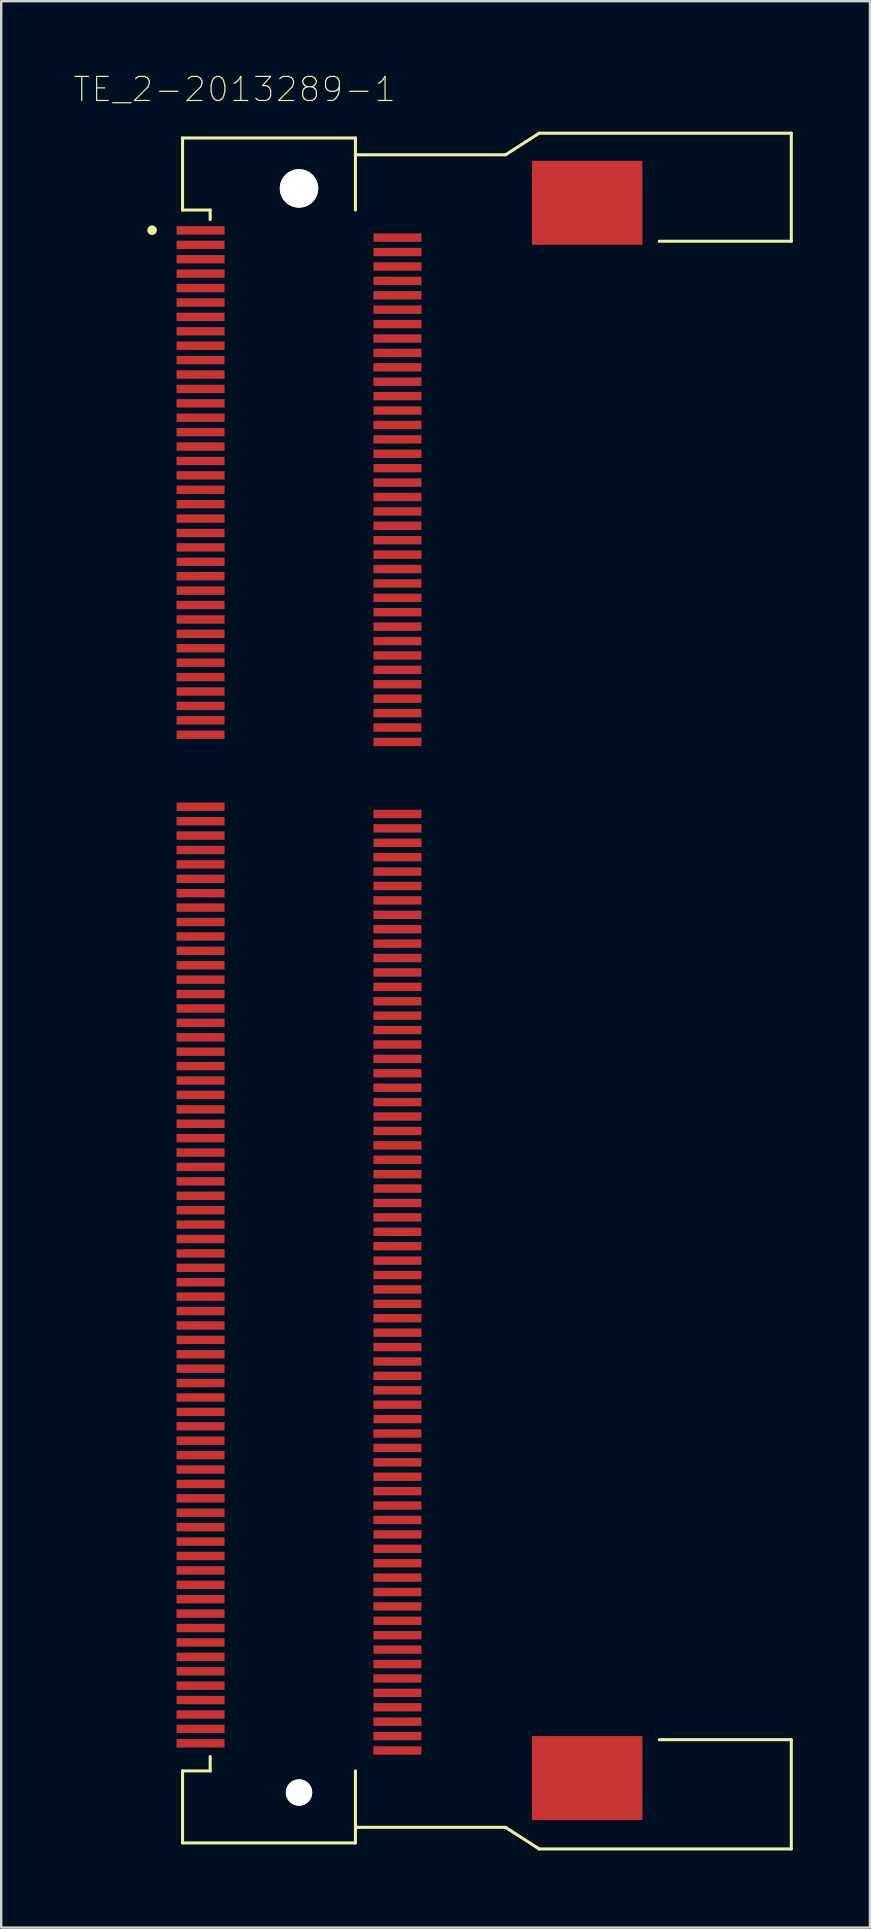
<source format=kicad_pcb>
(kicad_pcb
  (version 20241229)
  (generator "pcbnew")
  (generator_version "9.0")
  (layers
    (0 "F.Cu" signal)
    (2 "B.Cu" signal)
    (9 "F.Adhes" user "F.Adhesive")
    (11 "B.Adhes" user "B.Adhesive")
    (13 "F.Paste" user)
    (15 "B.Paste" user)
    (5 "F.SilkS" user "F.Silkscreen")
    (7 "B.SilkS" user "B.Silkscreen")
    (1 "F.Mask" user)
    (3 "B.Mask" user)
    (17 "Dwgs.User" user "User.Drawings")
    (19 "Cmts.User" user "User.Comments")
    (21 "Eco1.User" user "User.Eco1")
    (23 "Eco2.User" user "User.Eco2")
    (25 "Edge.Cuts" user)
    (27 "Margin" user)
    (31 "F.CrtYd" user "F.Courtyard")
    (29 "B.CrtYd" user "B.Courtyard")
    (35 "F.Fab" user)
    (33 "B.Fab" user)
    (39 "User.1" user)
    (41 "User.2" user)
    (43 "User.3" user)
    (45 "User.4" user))
  (footprint "TE_2-2013289-1"
    (layer "F.Cu")
    (at 9.402 38.196)
    (property "Reference" "TE_2-2013289-1" (at -2.684 -37.523 0) (layer "F.SilkS") (effects (font (size 1.001 1.001) (thickness 0.05))))
    (attr smd)
    (fp_line (start -4.85 -35.5) (end -4.85 -32.5) (stroke (width 0.127) (type solid)) (layer "F.SilkS"))
    (fp_line (start -4.85 -32.5) (end -3.7 -32.5) (stroke (width 0.127) (type solid)) (layer "F.SilkS"))
    (fp_line (start -4.85 32.5) (end -4.85 35.5) (stroke (width 0.127) (type solid)) (layer "F.SilkS"))
    (fp_line (start -4.85 35.5) (end 2.35 35.5) (stroke (width 0.127) (type solid)) (layer "F.SilkS"))
    (fp_line (start -3.7 -32.5) (end -3.7 -32.1) (stroke (width 0.127) (type solid)) (layer "F.SilkS"))
    (fp_line (start -3.7 31.9) (end -3.7 32.5) (stroke (width 0.127) (type solid)) (layer "F.SilkS"))
    (fp_line (start -3.7 32.5) (end -4.85 32.5) (stroke (width 0.127) (type solid)) (layer "F.SilkS"))
    (fp_line (start 2.35 -35.5) (end -4.85 -35.5) (stroke (width 0.127) (type solid)) (layer "F.SilkS"))
    (fp_line (start 2.35 -32.5) (end 2.35 -35.5) (stroke (width 0.127) (type solid)) (layer "F.SilkS"))
    (fp_line (start 2.35 35.5) (end 2.35 32.5) (stroke (width 0.127) (type solid)) (layer "F.SilkS"))
    (fp_line (start 2.4 -34.8) (end 8.6 -34.8) (stroke (width 0.127) (type solid)) (layer "F.SilkS"))
    (fp_line (start 2.4 34.85) (end 8.6 34.85) (stroke (width 0.127) (type solid)) (layer "F.SilkS"))
    (fp_line (start 8.6 -34.8) (end 10 -35.7) (stroke (width 0.127) (type solid)) (layer "F.SilkS"))
    (fp_line (start 8.6 34.85) (end 10 35.75) (stroke (width 0.127) (type solid)) (layer "F.SilkS"))
    (fp_line (start 10 -35.7) (end 20.5 -35.7) (stroke (width 0.127) (type solid)) (layer "F.SilkS"))
    (fp_line (start 10 35.75) (end 20.5 35.75) (stroke (width 0.127) (type solid)) (layer "F.SilkS"))
    (fp_line (start 20.5 -35.7) (end 20.5 -31.2) (stroke (width 0.127) (type solid)) (layer "F.SilkS"))
    (fp_line (start 20.5 -31.2) (end 15 -31.2) (stroke (width 0.127) (type solid)) (layer "F.SilkS"))
    (fp_line (start 20.5 31.2) (end 15 31.2) (stroke (width 0.127) (type solid)) (layer "F.SilkS"))
    (fp_line (start 20.5 35.75) (end 20.5 31.2) (stroke (width 0.127) (type solid)) (layer "F.SilkS"))
    (fp_circle (center -6.119 -31.66) (end -6.019 -31.66) (stroke (width 0.2) (type solid)) (fill no) (layer "F.SilkS"))
    (fp_line (start -5.35 -35.95) (end -5.35 -35.951) (stroke (width 0.05) (type solid)) (layer "Eco1.User"))
    (fp_line (start -5.35 -35.95) (end 20.75 -35.95) (stroke (width 0.05) (type solid)) (layer "Eco1.User"))
    (fp_line (start -5.35 36) (end -5.35 -35.95) (stroke (width 0.05) (type solid)) (layer "Eco1.User"))
    (fp_line (start 5.35 -30.8) (end 5.35 30.8) (stroke (width 0.05) (type solid)) (layer "Eco1.User"))
    (fp_line (start 5.35 30.8) (end 20.75 30.8) (stroke (width 0.05) (type solid)) (layer "Eco1.User"))
    (fp_line (start 20.75 -35.95) (end 20.75 -30.8) (stroke (width 0.05) (type solid)) (layer "Eco1.User"))
    (fp_line (start 20.75 -30.8) (end 5.35 -30.8) (stroke (width 0.05) (type solid)) (layer "Eco1.User"))
    (fp_line (start 20.75 30.8) (end 20.75 36) (stroke (width 0.05) (type solid)) (layer "Eco1.User"))
    (fp_line (start 20.75 36) (end -5.35 36) (stroke (width 0.05) (type solid)) (layer "Eco1.User"))
    (fp_line (start -4.85 -35.5) (end -4.85 -32.5) (stroke (width 0.127) (type solid)) (layer "Eco2.User"))
    (fp_line (start -4.85 -32.5) (end -3.7 -32.5) (stroke (width 0.127) (type solid)) (layer "Eco2.User"))
    (fp_line (start -4.85 32.5) (end -4.85 35.5) (stroke (width 0.127) (type solid)) (layer "Eco2.User"))
    (fp_line (start -4.85 35.5) (end 2.35 35.5) (stroke (width 0.127) (type solid)) (layer "Eco2.User"))
    (fp_line (start -3.7 -32.5) (end -3.7 32.5) (stroke (width 0.127) (type solid)) (layer "Eco2.User"))
    (fp_line (start -3.7 32.5) (end -4.85 32.5) (stroke (width 0.127) (type solid)) (layer "Eco2.User"))
    (fp_line (start 2.35 -35.5) (end -4.85 -35.5) (stroke (width 0.127) (type solid)) (layer "Eco2.User"))
    (fp_line (start 2.35 -32.5) (end 2.35 -35.5) (stroke (width 0.127) (type solid)) (layer "Eco2.User"))
    (fp_line (start 2.35 -32.5) (end 3.7 -32.5) (stroke (width 0.127) (type solid)) (layer "Eco2.User"))
    (fp_line (start 2.35 32.5) (end 2.35 -32.5) (stroke (width 0.127) (type solid)) (layer "Eco2.User"))
    (fp_line (start 2.35 33.95) (end 2.35 32.5) (stroke (width 0.127) (type solid)) (layer "Eco2.User"))
    (fp_line (start 2.35 33.95) (end 7.43 33.95) (stroke (width 0.127) (type solid)) (layer "Eco2.User"))
    (fp_line (start 2.35 34.85) (end 2.35 33.95) (stroke (width 0.127) (type solid)) (layer "Eco2.User"))
    (fp_line (start 2.35 34.85) (end 7.43 34.85) (stroke (width 0.127) (type solid)) (layer "Eco2.User"))
    (fp_line (start 2.35 35.5) (end 2.35 34.85) (stroke (width 0.127) (type solid)) (layer "Eco2.User"))
    (fp_line (start 2.385 -34.801) (end 7.465 -34.801) (stroke (width 0.127) (type solid)) (layer "Eco2.User"))
    (fp_line (start 2.385 -33.901) (end 7.465 -33.901) (stroke (width 0.127) (type solid)) (layer "Eco2.User"))
    (fp_line (start 3.7 -32.5) (end 3.7 32.5) (stroke (width 0.127) (type solid)) (layer "Eco2.User"))
    (fp_line (start 3.7 32.5) (end 2.35 32.5) (stroke (width 0.127) (type solid)) (layer "Eco2.User"))
    (fp_line (start 7.42 33.971) (end 13.5 33.971) (stroke (width 0.127) (type solid)) (layer "Eco2.User"))
    (fp_line (start 7.43 34.402) (end 7.43 33.95) (stroke (width 0.127) (type solid)) (layer "Eco2.User"))
    (fp_line (start 7.43 34.402) (end 8.6 34.402) (stroke (width 0.127) (type solid)) (layer "Eco2.User"))
    (fp_line (start 7.43 34.85) (end 7.43 34.402) (stroke (width 0.127) (type solid)) (layer "Eco2.User"))
    (fp_line (start 7.43 34.85) (end 8.6 34.85) (stroke (width 0.127) (type solid)) (layer "Eco2.User"))
    (fp_line (start 7.455 -33.922) (end 13.535 -33.922) (stroke (width 0.127) (type solid)) (layer "Eco2.User"))
    (fp_line (start 7.465 -34.801) (end 7.465 -34.353) (stroke (width 0.127) (type solid)) (layer "Eco2.User"))
    (fp_line (start 7.465 -34.801) (end 8.635 -34.801) (stroke (width 0.127) (type solid)) (layer "Eco2.User"))
    (fp_line (start 7.465 -34.353) (end 7.465 -33.901) (stroke (width 0.127) (type solid)) (layer "Eco2.User"))
    (fp_line (start 7.465 -34.353) (end 8.635 -34.353) (stroke (width 0.127) (type solid)) (layer "Eco2.User"))
    (fp_line (start 8.6 34.4) (end 13.4 34.4) (stroke (width 0.127) (type solid)) (layer "Eco2.User"))
    (fp_line (start 8.6 34.85) (end 10 35.75) (stroke (width 0.127) (type solid)) (layer "Eco2.User"))
    (fp_line (start 8.625 34.418) (end 10.025 35.318) (stroke (width 0.127) (type solid)) (layer "Eco2.User"))
    (fp_line (start 8.635 -34.801) (end 10.035 -35.701) (stroke (width 0.127) (type solid)) (layer "Eco2.User"))
    (fp_line (start 8.635 -34.351) (end 13.435 -34.351) (stroke (width 0.127) (type solid)) (layer "Eco2.User"))
    (fp_line (start 8.66 -34.369) (end 10.06 -35.269) (stroke (width 0.127) (type solid)) (layer "Eco2.User"))
    (fp_line (start 10 35.75) (end 16.6 35.75) (stroke (width 0.127) (type solid)) (layer "Eco2.User"))
    (fp_line (start 10.025 35.318) (end 16.6 35.318) (stroke (width 0.127) (type solid)) (layer "Eco2.User"))
    (fp_line (start 10.035 -35.701) (end 16.635 -35.701) (stroke (width 0.127) (type solid)) (layer "Eco2.User"))
    (fp_line (start 10.06 -35.269) (end 16.635 -35.269) (stroke (width 0.127) (type solid)) (layer "Eco2.User"))
    (fp_line (start 10.16 31.65) (end 13.97 31.65) (stroke (width 0.127) (type solid)) (layer "Eco2.User"))
    (fp_line (start 10.16 35.267) (end 10.16 31.65) (stroke (width 0.127) (type solid)) (layer "Eco2.User"))
    (fp_line (start 10.195 -35.218) (end 10.195 -31.601) (stroke (width 0.127) (type solid)) (layer "Eco2.User"))
    (fp_line (start 10.195 -31.601) (end 14.005 -31.601) (stroke (width 0.127) (type solid)) (layer "Eco2.User"))
    (fp_line (start 10.795 33.02) (end 11.43 32.385) (stroke (width 0.127) (type solid)) (layer "Eco2.User"))
    (fp_line (start 10.795 34.925) (end 10.795 33.02) (stroke (width 0.127) (type solid)) (layer "Eco2.User"))
    (fp_line (start 10.83 -34.876) (end 10.83 -32.971) (stroke (width 0.127) (type solid)) (layer "Eco2.User"))
    (fp_line (start 10.83 -32.971) (end 11.465 -32.336) (stroke (width 0.127) (type solid)) (layer "Eco2.User"))
    (fp_line (start 11.43 32.385) (end 12.7 32.385) (stroke (width 0.127) (type solid)) (layer "Eco2.User"))
    (fp_line (start 11.43 33.02) (end 11.43 34.925) (stroke (width 0.127) (type solid)) (layer "Eco2.User"))
    (fp_line (start 11.43 34.925) (end 10.795 34.925) (stroke (width 0.127) (type solid)) (layer "Eco2.User"))
    (fp_line (start 11.465 -34.876) (end 10.83 -34.876) (stroke (width 0.127) (type solid)) (layer "Eco2.User"))
    (fp_line (start 11.465 -32.971) (end 11.465 -34.876) (stroke (width 0.127) (type solid)) (layer "Eco2.User"))
    (fp_line (start 11.465 -32.336) (end 12.735 -32.336) (stroke (width 0.127) (type solid)) (layer "Eco2.User"))
    (fp_line (start 12.7 32.385) (end 13.335 33.02) (stroke (width 0.127) (type solid)) (layer "Eco2.User"))
    (fp_line (start 12.7 33.02) (end 11.43 33.02) (stroke (width 0.127) (type solid)) (layer "Eco2.User"))
    (fp_line (start 12.7 34.925) (end 12.7 33.02) (stroke (width 0.127) (type solid)) (layer "Eco2.User"))
    (fp_line (start 12.735 -34.876) (end 12.735 -32.971) (stroke (width 0.127) (type solid)) (layer "Eco2.User"))
    (fp_line (start 12.735 -32.971) (end 11.465 -32.971) (stroke (width 0.127) (type solid)) (layer "Eco2.User"))
    (fp_line (start 12.735 -32.336) (end 13.37 -32.971) (stroke (width 0.127) (type solid)) (layer "Eco2.User"))
    (fp_line (start 13.335 33.02) (end 13.335 34.925) (stroke (width 0.127) (type solid)) (layer "Eco2.User"))
    (fp_line (start 13.335 34.925) (end 12.7 34.925) (stroke (width 0.127) (type solid)) (layer "Eco2.User"))
    (fp_line (start 13.37 -34.876) (end 12.735 -34.876) (stroke (width 0.127) (type solid)) (layer "Eco2.User"))
    (fp_line (start 13.37 -32.971) (end 13.37 -34.876) (stroke (width 0.127) (type solid)) (layer "Eco2.User"))
    (fp_line (start 13.4 34.4) (end 16 33.6) (stroke (width 0.127) (type solid)) (layer "Eco2.User"))
    (fp_line (start 13.435 -34.351) (end 16.035 -33.551) (stroke (width 0.127) (type solid)) (layer "Eco2.User"))
    (fp_line (start 13.5 33.971) (end 16 33.25) (stroke (width 0.127) (type solid)) (layer "Eco2.User"))
    (fp_line (start 13.535 -33.922) (end 16.035 -33.201) (stroke (width 0.127) (type solid)) (layer "Eco2.User"))
    (fp_line (start 13.97 31.65) (end 13.97 35.255) (stroke (width 0.127) (type solid)) (layer "Eco2.User"))
    (fp_line (start 14.005 -31.601) (end 14.005 -35.206) (stroke (width 0.127) (type solid)) (layer "Eco2.User"))
    (fp_line (start 15.24 32.385) (end 15.875 32.385) (stroke (width 0.127) (type solid)) (layer "Eco2.User"))
    (fp_line (start 15.24 33.02) (end 15.24 32.385) (stroke (width 0.127) (type solid)) (layer "Eco2.User"))
    (fp_line (start 15.24 33.02) (end 15.875 33.02) (stroke (width 0.127) (type solid)) (layer "Eco2.User"))
    (fp_line (start 15.24 35.306) (end 15.24 33.02) (stroke (width 0.127) (type solid)) (layer "Eco2.User"))
    (fp_line (start 15.275 -35.257) (end 15.275 -32.971) (stroke (width 0.127) (type solid)) (layer "Eco2.User"))
    (fp_line (start 15.275 -32.971) (end 15.275 -32.336) (stroke (width 0.127) (type solid)) (layer "Eco2.User"))
    (fp_line (start 15.275 -32.971) (end 15.91 -32.971) (stroke (width 0.127) (type solid)) (layer "Eco2.User"))
    (fp_line (start 15.275 -32.336) (end 15.91 -32.336) (stroke (width 0.127) (type solid)) (layer "Eco2.User"))
    (fp_line (start 15.875 32.385) (end 15.875 33.02) (stroke (width 0.127) (type solid)) (layer "Eco2.User"))
    (fp_line (start 15.875 33.02) (end 15.875 35.293) (stroke (width 0.127) (type solid)) (layer "Eco2.User"))
    (fp_line (start 15.9 32.6) (end 16 33.8) (stroke (width 0.127) (type solid)) (layer "Eco2.User"))
    (fp_line (start 15.91 -32.971) (end 15.91 -35.244) (stroke (width 0.127) (type solid)) (layer "Eco2.User"))
    (fp_line (start 15.91 -32.336) (end 15.91 -32.971) (stroke (width 0.127) (type solid)) (layer "Eco2.User"))
    (fp_line (start 15.935 -32.551) (end 16.035 -33.751) (stroke (width 0.127) (type solid)) (layer "Eco2.User"))
    (fp_line (start 16 33.25) (end 15.9 32.6) (stroke (width 0.127) (type solid)) (layer "Eco2.User"))
    (fp_line (start 16 33.8) (end 17.7 33.7) (stroke (width 0.127) (type solid)) (layer "Eco2.User"))
    (fp_line (start 16.035 -33.751) (end 17.735 -33.651) (stroke (width 0.127) (type solid)) (layer "Eco2.User"))
    (fp_line (start 16.035 -33.201) (end 15.935 -32.551) (stroke (width 0.127) (type solid)) (layer "Eco2.User"))
    (fp_line (start 16.6 35.318) (end 16.6 35.75) (stroke (width 0.127) (type solid)) (layer "Eco2.User"))
    (fp_line (start 16.635 -35.269) (end 16.635 -35.701) (stroke (width 0.127) (type solid)) (layer "Eco2.User"))
    (fp_line (start 17.5 32.1) (end 16 32.5) (stroke (width 0.127) (type solid)) (layer "Eco2.User"))
    (fp_line (start 17.535 -32.051) (end 16.035 -32.451) (stroke (width 0.127) (type solid)) (layer "Eco2.User"))
    (fp_line (start 17.7 33.7) (end 17.5 32.1) (stroke (width 0.127) (type solid)) (layer "Eco2.User"))
    (fp_line (start 17.7 33.7) (end 17.9 32.7) (stroke (width 0.127) (type solid)) (layer "Eco2.User"))
    (fp_line (start 17.7 33.7) (end 19.967 33.106) (stroke (width 0.127) (type solid)) (layer "Eco2.User"))
    (fp_line (start 17.735 -33.651) (end 17.535 -32.051) (stroke (width 0.127) (type solid)) (layer "Eco2.User"))
    (fp_line (start 17.735 -33.651) (end 17.935 -32.651) (stroke (width 0.127) (type solid)) (layer "Eco2.User"))
    (fp_line (start 17.735 -33.651) (end 20.002 -33.057) (stroke (width 0.127) (type solid)) (layer "Eco2.User"))
    (fp_line (start 17.8 33.3) (end 19.752 32.824) (stroke (width 0.127) (type solid)) (layer "Eco2.User"))
    (fp_line (start 17.835 -33.251) (end 19.787 -32.775) (stroke (width 0.127) (type solid)) (layer "Eco2.User"))
    (fp_line (start 18.6 32.4) (end 19.2 32.3) (stroke (width 0.127) (type solid)) (layer "Eco2.User"))
    (fp_line (start 18.635 -32.351) (end 19.235 -32.251) (stroke (width 0.127) (type solid)) (layer "Eco2.User"))
    (fp_line (start 19.383 32.239) (end 19.2 32.3) (stroke (width 0.127) (type solid)) (layer "Eco2.User"))
    (fp_line (start 19.418 -32.19) (end 19.235 -32.251) (stroke (width 0.127) (type solid)) (layer "Eco2.User"))
    (fp_line (start 19.427 31.854) (end 18.3 32.1) (stroke (width 0.127) (type solid)) (layer "Eco2.User"))
    (fp_line (start 19.462 -31.805) (end 18.335 -32.051) (stroke (width 0.127) (type solid)) (layer "Eco2.User"))
    (fp_line (start 19.804 32.504) (end 19.587 32.287) (stroke (width 0.127) (type solid)) (layer "Eco2.User"))
    (fp_line (start 19.839 -32.455) (end 19.622 -32.238) (stroke (width 0.127) (type solid)) (layer "Eco2.User"))
    (fp_line (start 20.103 32.303) (end 19.728 31.928) (stroke (width 0.127) (type solid)) (layer "Eco2.User"))
    (fp_line (start 20.138 -32.254) (end 19.763 -31.879) (stroke (width 0.127) (type solid)) (layer "Eco2.User"))
    (fp_arc (start 17.5966 -32.3972) (mid 17.8966 -32.5972) (end 18.0966 -32.2972) (stroke (width 0.127) (type solid)) (layer "Eco2.User"))
    (fp_arc (start 18.0492 32.3254) (mid 18.3873 32.1095) (end 18.6032 32.4476) (stroke (width 0.127) (type solid)) (layer "Eco2.User"))
    (fp_arc (start 18.0616 32.3462) (mid 17.8616 32.6462) (end 17.5616 32.4462) (stroke (width 0.127) (type solid)) (layer "Eco2.User"))
    (fp_arc (start 18.6382 -32.3986) (mid 18.4223 -32.0605) (end 18.0842 -32.2764) (stroke (width 0.127) (type solid)) (layer "Eco2.User"))
    (fp_arc (start 19.3827 32.2391) (mid 19.491878 32.234154) (end 19.587367 32.287315) (stroke (width 0.127) (type solid)) (layer "Eco2.User"))
    (fp_arc (start 19.4267 31.8541) (mid 19.587805 31.849112) (end 19.728262 31.92818) (stroke (width 0.127) (type solid)) (layer "Eco2.User"))
    (fp_arc (start 19.622367 -32.238315) (mid 19.526878 -32.185154) (end 19.4177 -32.1901) (stroke (width 0.127) (type solid)) (layer "Eco2.User"))
    (fp_arc (start 19.763262 -31.87918) (mid 19.622805 -31.800112) (end 19.4617 -31.8051) (stroke (width 0.127) (type solid)) (layer "Eco2.User"))
    (fp_arc (start 19.786938 -32.775004) (mid 19.894797 -32.628172) (end 19.8388 -32.4548) (stroke (width 0.127) (type solid)) (layer "Eco2.User"))
    (fp_arc (start 19.8038 32.5038) (mid 19.859797 32.677172) (end 19.751938 32.824004) (stroke (width 0.127) (type solid)) (layer "Eco2.User"))
    (fp_arc (start 20.002435 -33.057005) (mid 20.277154 -32.690223) (end 20.1377 -32.2537) (stroke (width 0.127) (type solid)) (layer "Eco2.User"))
    (fp_arc (start 20.1027 32.3027) (mid 20.242154 32.739223) (end 19.967435 33.106005) (stroke (width 0.127) (type solid)) (layer "Eco2.User"))
    (fp_circle (center -6.119 -31.66) (end -6.019 -31.66) (stroke (width 0.2) (type solid)) (fill no) (layer "Eco2.User"))
    (pad "" np_thru_hole circle (at 0 -33.4) (size 1.6 1.6) (drill 1.6) (layers "*.Cu" "*.Mask" "F.SilkS"))
    (pad "" np_thru_hole circle (at 0 33.4) (size 1.1 1.1) (drill 1.1) (layers "*.Cu" "*.Mask" "F.SilkS"))
    (pad "1" smd rect (at -4.1 -31.65) (size 2 0.35) (layers "F.Cu" "F.Mask" "F.Paste"))
    (pad "2" smd rect (at 4.1 -31.35) (size 2 0.35) (layers "F.Cu" "F.Mask" "F.Paste"))
    (pad "3" smd rect (at -4.1 -31.05) (size 2 0.35) (layers "F.Cu" "F.Mask" "F.Paste"))
    (pad "4" smd rect (at 4.1 -30.75) (size 2 0.35) (layers "F.Cu" "F.Mask" "F.Paste"))
    (pad "5" smd rect (at -4.1 -30.45) (size 2 0.35) (layers "F.Cu" "F.Mask" "F.Paste"))
    (pad "6" smd rect (at 4.1 -30.15) (size 2 0.35) (layers "F.Cu" "F.Mask" "F.Paste"))
    (pad "7" smd rect (at -4.1 -29.85) (size 2 0.35) (layers "F.Cu" "F.Mask" "F.Paste"))
    (pad "8" smd rect (at 4.1 -29.55) (size 2 0.35) (layers "F.Cu" "F.Mask" "F.Paste"))
    (pad "9" smd rect (at -4.1 -29.25) (size 2 0.35) (layers "F.Cu" "F.Mask" "F.Paste"))
    (pad "10" smd rect (at 4.1 -28.95) (size 2 0.35) (layers "F.Cu" "F.Mask" "F.Paste"))
    (pad "11" smd rect (at -4.1 -28.65) (size 2 0.35) (layers "F.Cu" "F.Mask" "F.Paste"))
    (pad "12" smd rect (at 4.1 -28.35) (size 2 0.35) (layers "F.Cu" "F.Mask" "F.Paste"))
    (pad "13" smd rect (at -4.1 -28.05) (size 2 0.35) (layers "F.Cu" "F.Mask" "F.Paste"))
    (pad "14" smd rect (at 4.1 -27.75) (size 2 0.35) (layers "F.Cu" "F.Mask" "F.Paste"))
    (pad "15" smd rect (at -4.1 -27.45) (size 2 0.35) (layers "F.Cu" "F.Mask" "F.Paste"))
    (pad "16" smd rect (at 4.1 -27.15) (size 2 0.35) (layers "F.Cu" "F.Mask" "F.Paste"))
    (pad "17" smd rect (at -4.1 -26.85) (size 2 0.35) (layers "F.Cu" "F.Mask" "F.Paste"))
    (pad "18" smd rect (at 4.1 -26.55) (size 2 0.35) (layers "F.Cu" "F.Mask" "F.Paste"))
    (pad "19" smd rect (at -4.1 -26.25) (size 2 0.35) (layers "F.Cu" "F.Mask" "F.Paste"))
    (pad "20" smd rect (at 4.1 -25.95) (size 2 0.35) (layers "F.Cu" "F.Mask" "F.Paste"))
    (pad "21" smd rect (at -4.1 -25.65) (size 2 0.35) (layers "F.Cu" "F.Mask" "F.Paste"))
    (pad "22" smd rect (at 4.1 -25.35) (size 2 0.35) (layers "F.Cu" "F.Mask" "F.Paste"))
    (pad "23" smd rect (at -4.1 -25.05) (size 2 0.35) (layers "F.Cu" "F.Mask" "F.Paste"))
    (pad "24" smd rect (at 4.1 -24.75) (size 2 0.35) (layers "F.Cu" "F.Mask" "F.Paste"))
    (pad "25" smd rect (at -4.1 -24.45) (size 2 0.35) (layers "F.Cu" "F.Mask" "F.Paste"))
    (pad "26" smd rect (at 4.1 -24.15) (size 2 0.35) (layers "F.Cu" "F.Mask" "F.Paste"))
    (pad "27" smd rect (at -4.1 -23.85) (size 2 0.35) (layers "F.Cu" "F.Mask" "F.Paste"))
    (pad "28" smd rect (at 4.1 -23.55) (size 2 0.35) (layers "F.Cu" "F.Mask" "F.Paste"))
    (pad "29" smd rect (at -4.1 -23.25) (size 2 0.35) (layers "F.Cu" "F.Mask" "F.Paste"))
    (pad "30" smd rect (at 4.1 -22.95) (size 2 0.35) (layers "F.Cu" "F.Mask" "F.Paste"))
    (pad "31" smd rect (at -4.1 -22.65) (size 2 0.35) (layers "F.Cu" "F.Mask" "F.Paste"))
    (pad "32" smd rect (at 4.1 -22.35) (size 2 0.35) (layers "F.Cu" "F.Mask" "F.Paste"))
    (pad "33" smd rect (at -4.1 -22.05) (size 2 0.35) (layers "F.Cu" "F.Mask" "F.Paste"))
    (pad "34" smd rect (at 4.1 -21.75) (size 2 0.35) (layers "F.Cu" "F.Mask" "F.Paste"))
    (pad "35" smd rect (at -4.1 -21.45) (size 2 0.35) (layers "F.Cu" "F.Mask" "F.Paste"))
    (pad "36" smd rect (at 4.1 -21.15) (size 2 0.35) (layers "F.Cu" "F.Mask" "F.Paste"))
    (pad "37" smd rect (at -4.1 -20.85) (size 2 0.35) (layers "F.Cu" "F.Mask" "F.Paste"))
    (pad "38" smd rect (at 4.1 -20.55) (size 2 0.35) (layers "F.Cu" "F.Mask" "F.Paste"))
    (pad "39" smd rect (at -4.1 -20.25) (size 2 0.35) (layers "F.Cu" "F.Mask" "F.Paste"))
    (pad "40" smd rect (at 4.1 -19.95) (size 2 0.35) (layers "F.Cu" "F.Mask" "F.Paste"))
    (pad "41" smd rect (at -4.1 -19.65) (size 2 0.35) (layers "F.Cu" "F.Mask" "F.Paste"))
    (pad "42" smd rect (at 4.1 -19.35) (size 2 0.35) (layers "F.Cu" "F.Mask" "F.Paste"))
    (pad "43" smd rect (at -4.1 -19.05) (size 2 0.35) (layers "F.Cu" "F.Mask" "F.Paste"))
    (pad "44" smd rect (at 4.1 -18.75) (size 2 0.35) (layers "F.Cu" "F.Mask" "F.Paste"))
    (pad "45" smd rect (at -4.1 -18.45) (size 2 0.35) (layers "F.Cu" "F.Mask" "F.Paste"))
    (pad "46" smd rect (at 4.1 -18.15) (size 2 0.35) (layers "F.Cu" "F.Mask" "F.Paste"))
    (pad "47" smd rect (at -4.1 -17.85) (size 2 0.35) (layers "F.Cu" "F.Mask" "F.Paste"))
    (pad "48" smd rect (at 4.1 -17.55) (size 2 0.35) (layers "F.Cu" "F.Mask" "F.Paste"))
    (pad "49" smd rect (at -4.1 -17.25) (size 2 0.35) (layers "F.Cu" "F.Mask" "F.Paste"))
    (pad "50" smd rect (at 4.1 -16.95) (size 2 0.35) (layers "F.Cu" "F.Mask" "F.Paste"))
    (pad "51" smd rect (at -4.1 -16.65) (size 2 0.35) (layers "F.Cu" "F.Mask" "F.Paste"))
    (pad "52" smd rect (at 4.1 -16.35) (size 2 0.35) (layers "F.Cu" "F.Mask" "F.Paste"))
    (pad "53" smd rect (at -4.1 -16.05) (size 2 0.35) (layers "F.Cu" "F.Mask" "F.Paste"))
    (pad "54" smd rect (at 4.1 -15.75) (size 2 0.35) (layers "F.Cu" "F.Mask" "F.Paste"))
    (pad "55" smd rect (at -4.1 -15.45) (size 2 0.35) (layers "F.Cu" "F.Mask" "F.Paste"))
    (pad "56" smd rect (at 4.1 -15.15) (size 2 0.35) (layers "F.Cu" "F.Mask" "F.Paste"))
    (pad "57" smd rect (at -4.1 -14.85) (size 2 0.35) (layers "F.Cu" "F.Mask" "F.Paste"))
    (pad "58" smd rect (at 4.1 -14.55) (size 2 0.35) (layers "F.Cu" "F.Mask" "F.Paste"))
    (pad "59" smd rect (at -4.1 -14.25) (size 2 0.35) (layers "F.Cu" "F.Mask" "F.Paste"))
    (pad "60" smd rect (at 4.1 -13.95) (size 2 0.35) (layers "F.Cu" "F.Mask" "F.Paste"))
    (pad "61" smd rect (at -4.1 -13.65) (size 2 0.35) (layers "F.Cu" "F.Mask" "F.Paste"))
    (pad "62" smd rect (at 4.1 -13.35) (size 2 0.35) (layers "F.Cu" "F.Mask" "F.Paste"))
    (pad "63" smd rect (at -4.1 -13.05) (size 2 0.35) (layers "F.Cu" "F.Mask" "F.Paste"))
    (pad "64" smd rect (at 4.1 -12.75) (size 2 0.35) (layers "F.Cu" "F.Mask" "F.Paste"))
    (pad "65" smd rect (at -4.1 -12.45) (size 2 0.35) (layers "F.Cu" "F.Mask" "F.Paste"))
    (pad "66" smd rect (at 4.1 -12.15) (size 2 0.35) (layers "F.Cu" "F.Mask" "F.Paste"))
    (pad "67" smd rect (at -4.1 -11.85) (size 2 0.35) (layers "F.Cu" "F.Mask" "F.Paste"))
    (pad "68" smd rect (at 4.1 -11.55) (size 2 0.35) (layers "F.Cu" "F.Mask" "F.Paste"))
    (pad "69" smd rect (at -4.1 -11.25) (size 2 0.35) (layers "F.Cu" "F.Mask" "F.Paste"))
    (pad "70" smd rect (at 4.1 -10.95) (size 2 0.35) (layers "F.Cu" "F.Mask" "F.Paste"))
    (pad "71" smd rect (at -4.1 -10.65) (size 2 0.35) (layers "F.Cu" "F.Mask" "F.Paste"))
    (pad "72" smd rect (at 4.1 -10.35) (size 2 0.35) (layers "F.Cu" "F.Mask" "F.Paste"))
    (pad "73" smd rect (at -4.1 -7.65) (size 2 0.35) (layers "F.Cu" "F.Mask" "F.Paste"))
    (pad "74" smd rect (at 4.1 -7.35) (size 2 0.35) (layers "F.Cu" "F.Mask" "F.Paste"))
    (pad "75" smd rect (at -4.1 -7.05) (size 2 0.35) (layers "F.Cu" "F.Mask" "F.Paste"))
    (pad "76" smd rect (at 4.1 -6.75) (size 2 0.35) (layers "F.Cu" "F.Mask" "F.Paste"))
    (pad "77" smd rect (at -4.1 -6.45) (size 2 0.35) (layers "F.Cu" "F.Mask" "F.Paste"))
    (pad "78" smd rect (at 4.1 -6.15) (size 2 0.35) (layers "F.Cu" "F.Mask" "F.Paste"))
    (pad "79" smd rect (at -4.1 -5.85) (size 2 0.35) (layers "F.Cu" "F.Mask" "F.Paste"))
    (pad "80" smd rect (at 4.1 -5.55) (size 2 0.35) (layers "F.Cu" "F.Mask" "F.Paste"))
    (pad "81" smd rect (at -4.1 -5.25) (size 2 0.35) (layers "F.Cu" "F.Mask" "F.Paste"))
    (pad "82" smd rect (at 4.1 -4.95) (size 2 0.35) (layers "F.Cu" "F.Mask" "F.Paste"))
    (pad "83" smd rect (at -4.1 -4.65) (size 2 0.35) (layers "F.Cu" "F.Mask" "F.Paste"))
    (pad "84" smd rect (at 4.1 -4.35) (size 2 0.35) (layers "F.Cu" "F.Mask" "F.Paste"))
    (pad "85" smd rect (at -4.1 -4.05) (size 2 0.35) (layers "F.Cu" "F.Mask" "F.Paste"))
    (pad "86" smd rect (at 4.1 -3.75) (size 2 0.35) (layers "F.Cu" "F.Mask" "F.Paste"))
    (pad "87" smd rect (at -4.1 -3.45) (size 2 0.35) (layers "F.Cu" "F.Mask" "F.Paste"))
    (pad "88" smd rect (at 4.1 -3.15) (size 2 0.35) (layers "F.Cu" "F.Mask" "F.Paste"))
    (pad "89" smd rect (at -4.1 -2.85) (size 2 0.35) (layers "F.Cu" "F.Mask" "F.Paste"))
    (pad "90" smd rect (at 4.1 -2.55) (size 2 0.35) (layers "F.Cu" "F.Mask" "F.Paste"))
    (pad "91" smd rect (at -4.1 -2.25) (size 2 0.35) (layers "F.Cu" "F.Mask" "F.Paste"))
    (pad "92" smd rect (at 4.1 -1.95) (size 2 0.35) (layers "F.Cu" "F.Mask" "F.Paste"))
    (pad "93" smd rect (at -4.1 -1.65) (size 2 0.35) (layers "F.Cu" "F.Mask" "F.Paste"))
    (pad "94" smd rect (at 4.1 -1.35) (size 2 0.35) (layers "F.Cu" "F.Mask" "F.Paste"))
    (pad "95" smd rect (at -4.1 -1.05) (size 2 0.35) (layers "F.Cu" "F.Mask" "F.Paste"))
    (pad "96" smd rect (at 4.1 -0.75) (size 2 0.35) (layers "F.Cu" "F.Mask" "F.Paste"))
    (pad "97" smd rect (at -4.1 -0.45) (size 2 0.35) (layers "F.Cu" "F.Mask" "F.Paste"))
    (pad "98" smd rect (at 4.1 -0.15) (size 2 0.35) (layers "F.Cu" "F.Mask" "F.Paste"))
    (pad "99" smd rect (at -4.1 0.15) (size 2 0.35) (layers "F.Cu" "F.Mask" "F.Paste"))
    (pad "100" smd rect (at 4.1 0.45) (size 2 0.35) (layers "F.Cu" "F.Mask" "F.Paste"))
    (pad "101" smd rect (at -4.1 0.75) (size 2 0.35) (layers "F.Cu" "F.Mask" "F.Paste"))
    (pad "102" smd rect (at 4.1 1.05) (size 2 0.35) (layers "F.Cu" "F.Mask" "F.Paste"))
    (pad "103" smd rect (at -4.1 1.35) (size 2 0.35) (layers "F.Cu" "F.Mask" "F.Paste"))
    (pad "104" smd rect (at 4.1 1.65) (size 2 0.35) (layers "F.Cu" "F.Mask" "F.Paste"))
    (pad "105" smd rect (at -4.1 1.95) (size 2 0.35) (layers "F.Cu" "F.Mask" "F.Paste"))
    (pad "106" smd rect (at 4.1 2.25) (size 2 0.35) (layers "F.Cu" "F.Mask" "F.Paste"))
    (pad "107" smd rect (at -4.1 2.55) (size 2 0.35) (layers "F.Cu" "F.Mask" "F.Paste"))
    (pad "108" smd rect (at 4.1 2.85) (size 2 0.35) (layers "F.Cu" "F.Mask" "F.Paste"))
    (pad "109" smd rect (at -4.1 3.15) (size 2 0.35) (layers "F.Cu" "F.Mask" "F.Paste"))
    (pad "110" smd rect (at 4.1 3.45) (size 2 0.35) (layers "F.Cu" "F.Mask" "F.Paste"))
    (pad "111" smd rect (at -4.1 3.75) (size 2 0.35) (layers "F.Cu" "F.Mask" "F.Paste"))
    (pad "112" smd rect (at 4.1 4.05) (size 2 0.35) (layers "F.Cu" "F.Mask" "F.Paste"))
    (pad "113" smd rect (at -4.1 4.35) (size 2 0.35) (layers "F.Cu" "F.Mask" "F.Paste"))
    (pad "114" smd rect (at 4.1 4.65) (size 2 0.35) (layers "F.Cu" "F.Mask" "F.Paste"))
    (pad "115" smd rect (at -4.1 4.95) (size 2 0.35) (layers "F.Cu" "F.Mask" "F.Paste"))
    (pad "116" smd rect (at 4.1 5.25) (size 2 0.35) (layers "F.Cu" "F.Mask" "F.Paste"))
    (pad "117" smd rect (at -4.1 5.55) (size 2 0.35) (layers "F.Cu" "F.Mask" "F.Paste"))
    (pad "118" smd rect (at 4.1 5.85) (size 2 0.35) (layers "F.Cu" "F.Mask" "F.Paste"))
    (pad "119" smd rect (at -4.1 6.15) (size 2 0.35) (layers "F.Cu" "F.Mask" "F.Paste"))
    (pad "120" smd rect (at 4.1 6.45) (size 2 0.35) (layers "F.Cu" "F.Mask" "F.Paste"))
    (pad "121" smd rect (at -4.1 6.75) (size 2 0.35) (layers "F.Cu" "F.Mask" "F.Paste"))
    (pad "122" smd rect (at 4.1 7.05) (size 2 0.35) (layers "F.Cu" "F.Mask" "F.Paste"))
    (pad "123" smd rect (at -4.1 7.35) (size 2 0.35) (layers "F.Cu" "F.Mask" "F.Paste"))
    (pad "124" smd rect (at 4.1 7.65) (size 2 0.35) (layers "F.Cu" "F.Mask" "F.Paste"))
    (pad "125" smd rect (at -4.1 7.95) (size 2 0.35) (layers "F.Cu" "F.Mask" "F.Paste"))
    (pad "126" smd rect (at 4.1 8.25) (size 2 0.35) (layers "F.Cu" "F.Mask" "F.Paste"))
    (pad "127" smd rect (at -4.1 8.55) (size 2 0.35) (layers "F.Cu" "F.Mask" "F.Paste"))
    (pad "128" smd rect (at 4.1 8.85) (size 2 0.35) (layers "F.Cu" "F.Mask" "F.Paste"))
    (pad "129" smd rect (at -4.1 9.15) (size 2 0.35) (layers "F.Cu" "F.Mask" "F.Paste"))
    (pad "130" smd rect (at 4.1 9.45) (size 2 0.35) (layers "F.Cu" "F.Mask" "F.Paste"))
    (pad "131" smd rect (at -4.1 9.75) (size 2 0.35) (layers "F.Cu" "F.Mask" "F.Paste"))
    (pad "132" smd rect (at 4.1 10.05) (size 2 0.35) (layers "F.Cu" "F.Mask" "F.Paste"))
    (pad "133" smd rect (at -4.1 10.35) (size 2 0.35) (layers "F.Cu" "F.Mask" "F.Paste"))
    (pad "134" smd rect (at 4.1 10.65) (size 2 0.35) (layers "F.Cu" "F.Mask" "F.Paste"))
    (pad "135" smd rect (at -4.1 10.95) (size 2 0.35) (layers "F.Cu" "F.Mask" "F.Paste"))
    (pad "136" smd rect (at 4.1 11.25) (size 2 0.35) (layers "F.Cu" "F.Mask" "F.Paste"))
    (pad "137" smd rect (at -4.1 11.55) (size 2 0.35) (layers "F.Cu" "F.Mask" "F.Paste"))
    (pad "138" smd rect (at 4.1 11.85) (size 2 0.35) (layers "F.Cu" "F.Mask" "F.Paste"))
    (pad "139" smd rect (at -4.1 12.15) (size 2 0.35) (layers "F.Cu" "F.Mask" "F.Paste"))
    (pad "140" smd rect (at 4.1 12.45) (size 2 0.35) (layers "F.Cu" "F.Mask" "F.Paste"))
    (pad "141" smd rect (at -4.1 12.75) (size 2 0.35) (layers "F.Cu" "F.Mask" "F.Paste"))
    (pad "142" smd rect (at 4.1 13.05) (size 2 0.35) (layers "F.Cu" "F.Mask" "F.Paste"))
    (pad "143" smd rect (at -4.1 13.35) (size 2 0.35) (layers "F.Cu" "F.Mask" "F.Paste"))
    (pad "144" smd rect (at 4.1 13.65) (size 2 0.35) (layers "F.Cu" "F.Mask" "F.Paste"))
    (pad "145" smd rect (at -4.1 13.95) (size 2 0.35) (layers "F.Cu" "F.Mask" "F.Paste"))
    (pad "146" smd rect (at 4.1 14.25) (size 2 0.35) (layers "F.Cu" "F.Mask" "F.Paste"))
    (pad "147" smd rect (at -4.1 14.55) (size 2 0.35) (layers "F.Cu" "F.Mask" "F.Paste"))
    (pad "148" smd rect (at 4.1 14.85) (size 2 0.35) (layers "F.Cu" "F.Mask" "F.Paste"))
    (pad "149" smd rect (at -4.1 15.15) (size 2 0.35) (layers "F.Cu" "F.Mask" "F.Paste"))
    (pad "150" smd rect (at 4.1 15.45) (size 2 0.35) (layers "F.Cu" "F.Mask" "F.Paste"))
    (pad "151" smd rect (at -4.1 15.75) (size 2 0.35) (layers "F.Cu" "F.Mask" "F.Paste"))
    (pad "152" smd rect (at 4.1 16.05) (size 2 0.35) (layers "F.Cu" "F.Mask" "F.Paste"))
    (pad "153" smd rect (at -4.1 16.35) (size 2 0.35) (layers "F.Cu" "F.Mask" "F.Paste"))
    (pad "154" smd rect (at 4.1 16.65) (size 2 0.35) (layers "F.Cu" "F.Mask" "F.Paste"))
    (pad "155" smd rect (at -4.1 16.95) (size 2 0.35) (layers "F.Cu" "F.Mask" "F.Paste"))
    (pad "156" smd rect (at 4.1 17.25) (size 2 0.35) (layers "F.Cu" "F.Mask" "F.Paste"))
    (pad "157" smd rect (at -4.1 17.55) (size 2 0.35) (layers "F.Cu" "F.Mask" "F.Paste"))
    (pad "158" smd rect (at 4.1 17.85) (size 2 0.35) (layers "F.Cu" "F.Mask" "F.Paste"))
    (pad "159" smd rect (at -4.1 18.15) (size 2 0.35) (layers "F.Cu" "F.Mask" "F.Paste"))
    (pad "160" smd rect (at 4.1 18.45) (size 2 0.35) (layers "F.Cu" "F.Mask" "F.Paste"))
    (pad "161" smd rect (at -4.1 18.75) (size 2 0.35) (layers "F.Cu" "F.Mask" "F.Paste"))
    (pad "162" smd rect (at 4.1 19.05) (size 2 0.35) (layers "F.Cu" "F.Mask" "F.Paste"))
    (pad "163" smd rect (at -4.1 19.35) (size 2 0.35) (layers "F.Cu" "F.Mask" "F.Paste"))
    (pad "164" smd rect (at 4.1 19.65) (size 2 0.35) (layers "F.Cu" "F.Mask" "F.Paste"))
    (pad "165" smd rect (at -4.1 19.95) (size 2 0.35) (layers "F.Cu" "F.Mask" "F.Paste"))
    (pad "166" smd rect (at 4.1 20.25) (size 2 0.35) (layers "F.Cu" "F.Mask" "F.Paste"))
    (pad "167" smd rect (at -4.1 20.55) (size 2 0.35) (layers "F.Cu" "F.Mask" "F.Paste"))
    (pad "168" smd rect (at 4.1 20.85) (size 2 0.35) (layers "F.Cu" "F.Mask" "F.Paste"))
    (pad "169" smd rect (at -4.1 21.15) (size 2 0.35) (layers "F.Cu" "F.Mask" "F.Paste"))
    (pad "170" smd rect (at 4.1 21.45) (size 2 0.35) (layers "F.Cu" "F.Mask" "F.Paste"))
    (pad "171" smd rect (at -4.1 21.75) (size 2 0.35) (layers "F.Cu" "F.Mask" "F.Paste"))
    (pad "172" smd rect (at 4.1 22.05) (size 2 0.35) (layers "F.Cu" "F.Mask" "F.Paste"))
    (pad "173" smd rect (at -4.1 22.35) (size 2 0.35) (layers "F.Cu" "F.Mask" "F.Paste"))
    (pad "174" smd rect (at 4.1 22.65) (size 2 0.35) (layers "F.Cu" "F.Mask" "F.Paste"))
    (pad "175" smd rect (at -4.1 22.95) (size 2 0.35) (layers "F.Cu" "F.Mask" "F.Paste"))
    (pad "176" smd rect (at 4.1 23.25) (size 2 0.35) (layers "F.Cu" "F.Mask" "F.Paste"))
    (pad "177" smd rect (at -4.1 23.55) (size 2 0.35) (layers "F.Cu" "F.Mask" "F.Paste"))
    (pad "178" smd rect (at 4.1 23.85) (size 2 0.35) (layers "F.Cu" "F.Mask" "F.Paste"))
    (pad "179" smd rect (at -4.1 24.15) (size 2 0.35) (layers "F.Cu" "F.Mask" "F.Paste"))
    (pad "180" smd rect (at 4.1 24.45) (size 2 0.35) (layers "F.Cu" "F.Mask" "F.Paste"))
    (pad "181" smd rect (at -4.1 24.75) (size 2 0.35) (layers "F.Cu" "F.Mask" "F.Paste"))
    (pad "182" smd rect (at 4.1 25.05) (size 2 0.35) (layers "F.Cu" "F.Mask" "F.Paste"))
    (pad "183" smd rect (at -4.1 25.35) (size 2 0.35) (layers "F.Cu" "F.Mask" "F.Paste"))
    (pad "184" smd rect (at 4.1 25.65) (size 2 0.35) (layers "F.Cu" "F.Mask" "F.Paste"))
    (pad "185" smd rect (at -4.1 25.95) (size 2 0.35) (layers "F.Cu" "F.Mask" "F.Paste"))
    (pad "186" smd rect (at 4.1 26.25) (size 2 0.35) (layers "F.Cu" "F.Mask" "F.Paste"))
    (pad "187" smd rect (at -4.1 26.55) (size 2 0.35) (layers "F.Cu" "F.Mask" "F.Paste"))
    (pad "188" smd rect (at 4.1 26.85) (size 2 0.35) (layers "F.Cu" "F.Mask" "F.Paste"))
    (pad "189" smd rect (at -4.1 27.15) (size 2 0.35) (layers "F.Cu" "F.Mask" "F.Paste"))
    (pad "190" smd rect (at 4.1 27.45) (size 2 0.35) (layers "F.Cu" "F.Mask" "F.Paste"))
    (pad "191" smd rect (at -4.1 27.75) (size 2 0.35) (layers "F.Cu" "F.Mask" "F.Paste"))
    (pad "192" smd rect (at 4.1 28.05) (size 2 0.35) (layers "F.Cu" "F.Mask" "F.Paste"))
    (pad "193" smd rect (at -4.1 28.35) (size 2 0.35) (layers "F.Cu" "F.Mask" "F.Paste"))
    (pad "194" smd rect (at 4.1 28.65) (size 2 0.35) (layers "F.Cu" "F.Mask" "F.Paste"))
    (pad "195" smd rect (at -4.1 28.95) (size 2 0.35) (layers "F.Cu" "F.Mask" "F.Paste"))
    (pad "196" smd rect (at 4.1 29.25) (size 2 0.35) (layers "F.Cu" "F.Mask" "F.Paste"))
    (pad "197" smd rect (at -4.1 29.55) (size 2 0.35) (layers "F.Cu" "F.Mask" "F.Paste"))
    (pad "198" smd rect (at 4.1 29.85) (size 2 0.35) (layers "F.Cu" "F.Mask" "F.Paste"))
    (pad "199" smd rect (at -4.1 30.15) (size 2 0.35) (layers "F.Cu" "F.Mask" "F.Paste"))
    (pad "200" smd rect (at 4.1 30.45) (size 2 0.35) (layers "F.Cu" "F.Mask" "F.Paste"))
    (pad "201" smd rect (at -4.1 30.75) (size 2 0.35) (layers "F.Cu" "F.Mask" "F.Paste"))
    (pad "202" smd rect (at 4.1 31.05) (size 2 0.35) (layers "F.Cu" "F.Mask" "F.Paste"))
    (pad "203" smd rect (at -4.1 31.35) (size 2 0.35) (layers "F.Cu" "F.Mask" "F.Paste"))
    (pad "204" smd rect (at 4.1 31.65) (size 2 0.35) (layers "F.Cu" "F.Mask" "F.Paste"))
    (pad "SH1" smd rect (at 12 -32.8) (size 4.6 3.5) (layers "F.Cu" "F.Mask" "F.Paste"))
    (pad "SH2" smd rect (at 12 32.8) (size 4.6 3.5) (layers "F.Cu" "F.Mask" "F.Paste")))
  (gr_rect
    (start -3 -3)
    (end 33.177 77.221)
    (stroke (width 0.1) (type default))
    (fill no)
    (layer "Edge.Cuts")))
</source>
